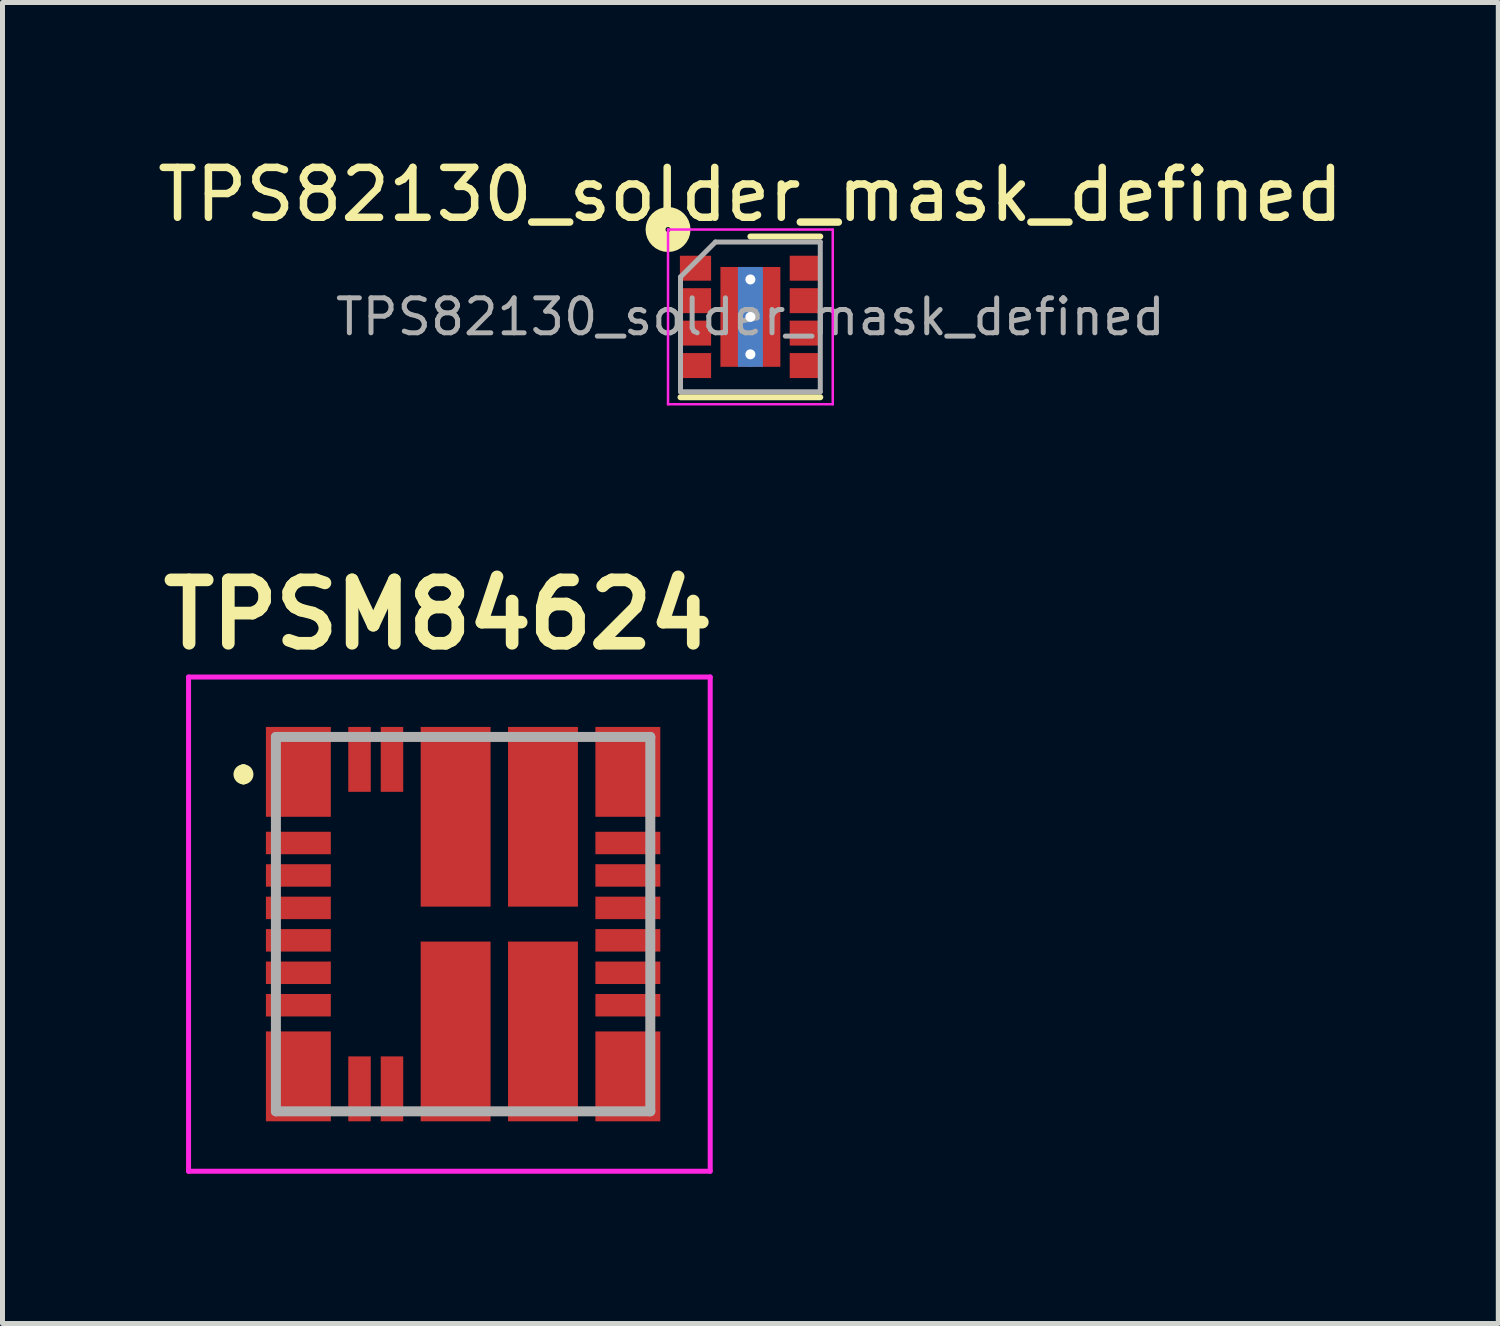
<source format=kicad_pcb>
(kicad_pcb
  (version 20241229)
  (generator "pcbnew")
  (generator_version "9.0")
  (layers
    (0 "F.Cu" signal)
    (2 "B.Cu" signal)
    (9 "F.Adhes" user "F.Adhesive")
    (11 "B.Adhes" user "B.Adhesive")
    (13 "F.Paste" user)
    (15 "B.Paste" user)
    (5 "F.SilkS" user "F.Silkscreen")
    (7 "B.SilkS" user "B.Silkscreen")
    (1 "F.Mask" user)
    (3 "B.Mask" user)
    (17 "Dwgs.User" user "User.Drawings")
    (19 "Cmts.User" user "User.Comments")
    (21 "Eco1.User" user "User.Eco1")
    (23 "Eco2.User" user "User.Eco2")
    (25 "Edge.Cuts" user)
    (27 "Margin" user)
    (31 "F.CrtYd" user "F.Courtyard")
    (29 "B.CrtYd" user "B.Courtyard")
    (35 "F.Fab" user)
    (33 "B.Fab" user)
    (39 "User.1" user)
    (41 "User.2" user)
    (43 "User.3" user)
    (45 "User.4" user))
  (footprint "TPS82130_solder_mask_defined"
    (layer "F.Cu")
    (at 11.982 3.298)
    (property "Reference" "TPS82130_solder_mask_defined" (at 0 -2.45 180) (layer "F.SilkS") (effects (font (size 1 1) (thickness 0.15))))
    (attr smd)
    (fp_line (start -1.4 1.61) (end 1.4 1.61) (stroke (width 0.12) (type solid)) (layer "F.SilkS"))
    (fp_line (start 0 -1.61) (end 1.4 -1.61) (stroke (width 0.12) (type solid)) (layer "F.SilkS"))
    (fp_circle (center -1.65 -1.75) (end -1.6 -1.75) (stroke (width 0.4) (type solid)) (fill no) (layer "F.SilkS"))
    (fp_line (start -1.65 -1.75) (end -1.65 1.75) (stroke (width 0.05) (type solid)) (layer "F.CrtYd"))
    (fp_line (start -1.65 1.75) (end 1.65 1.75) (stroke (width 0.05) (type solid)) (layer "F.CrtYd"))
    (fp_line (start 1.65 -1.75) (end -1.65 -1.75) (stroke (width 0.05) (type solid)) (layer "F.CrtYd"))
    (fp_line (start 1.65 1.75) (end 1.65 -1.75) (stroke (width 0.05) (type solid)) (layer "F.CrtYd"))
    (fp_line (start -1.4 -0.8) (end -0.7 -1.5) (stroke (width 0.1) (type solid)) (layer "F.Fab"))
    (fp_line (start -1.4 1.5) (end -1.4 -0.8) (stroke (width 0.1) (type solid)) (layer "F.Fab"))
    (fp_line (start -0.7 -1.5) (end 1.4 -1.5) (stroke (width 0.1) (type solid)) (layer "F.Fab"))
    (fp_line (start 1.4 -1.5) (end 1.4 1.5) (stroke (width 0.1) (type solid)) (layer "F.Fab"))
    (fp_line (start 1.4 1.5) (end -1.4 1.5) (stroke (width 0.1) (type solid)) (layer "F.Fab"))
    (fp_text user "${REFERENCE}" (at 0 0 180) (layer "F.Fab") (effects (font (size 0.7 0.7) (thickness 0.1))))
    (pad "" smd roundrect (at 0 -0.63) (size 0.95 0.55) (layers "F.Paste") (roundrect_rratio 0.25))
    (pad "" smd roundrect (at 0 0) (size 0.95 0.55) (layers "F.Paste") (roundrect_rratio 0.25))
    (pad "" smd roundrect (at 0 0.63) (size 0.95 0.55) (layers "F.Paste") (roundrect_rratio 0.25))
    (pad "1" smd rect (at -1.1 -0.975) (size 0.625 0.5) (layers "F.Cu"))
    (pad "1" smd roundrect (at -1.062 -0.975) (size 0.5 0.4) (layers "F.Cu" "F.Mask" "F.Paste") (roundrect_rratio 0.1))
    (pad "2" smd rect (at -1.1 -0.325) (size 0.625 0.5) (layers "F.Cu"))
    (pad "2" smd roundrect (at -1.062 -0.325) (size 0.5 0.4) (layers "F.Cu" "F.Mask" "F.Paste") (roundrect_rratio 0.1))
    (pad "3" smd rect (at -1.1 0.325) (size 0.625 0.5) (layers "F.Cu"))
    (pad "3" smd roundrect (at -1.062 0.325) (size 0.45 0.35) (layers "F.Cu" "F.Mask" "F.Paste") (roundrect_rratio 0.1))
    (pad "4" smd rect (at -1.1 0.975) (size 0.625 0.5) (layers "F.Cu"))
    (pad "4" smd roundrect (at -1.062 0.975) (size 0.5 0.4) (layers "F.Cu" "F.Mask" "F.Paste") (roundrect_rratio 0.1))
    (pad "5" smd roundrect (at 1.062 0.975) (size 0.5 0.4) (layers "F.Cu" "F.Mask" "F.Paste") (roundrect_rratio 0.25))
    (pad "5" smd rect (at 1.1 0.975) (size 0.625 0.5) (layers "F.Cu"))
    (pad "6" smd roundrect (at 1.062 0.325) (size 0.5 0.4) (layers "F.Cu" "F.Mask" "F.Paste") (roundrect_rratio 0.1))
    (pad "6" smd rect (at 1.1 0.325) (size 0.625 0.5) (layers "F.Cu"))
    (pad "7" smd roundrect (at 1.062 -0.325) (size 0.45 0.35) (layers "F.Cu" "F.Mask" "F.Paste") (roundrect_rratio 0.1))
    (pad "7" smd rect (at 1.1 -0.325) (size 0.625 0.5) (layers "F.Cu"))
    (pad "8" smd roundrect (at 1.062 -0.975) (size 0.5 0.4) (layers "F.Cu" "F.Mask" "F.Paste") (roundrect_rratio 0.1))
    (pad "8" smd rect (at 1.1 -0.975) (size 0.625 0.5) (layers "F.Cu"))
    (pad "9" thru_hole circle (at 0 -0.75) (size 0.5 0.5) (drill 0.2) (layers "*.Cu"))
    (pad "9" thru_hole circle (at 0 0) (size 0.5 0.5) (drill 0.2) (layers "*.Cu"))
    (pad "9" smd rect (at 0 0) (size 0.5 2) (layers "B.Cu"))
    (pad "9" smd roundrect (at 0 0) (size 1.1 1.9) (layers "F.Cu" "F.Mask") (roundrect_rratio 0.1))
    (pad "9" smd rect (at 0 0) (size 1.2 2) (layers "F.Cu"))
    (pad "9" thru_hole circle (at 0 0.75) (size 0.5 0.5) (drill 0.2) (layers "*.Cu")))
  (footprint "TPSM84624"
    (layer "F.Cu")
    (at 6.227 15.462)
    (property "Reference" "TPSM84624" (at -0.5 -6.2 0) (layer "F.SilkS") (effects (font (size 1.27 1.27) (thickness 0.254))))
    (attr smd)
    (fp_line (start -4.4 -3.1) (end -4.4 -3.1) (stroke (width 0.2) (type solid)) (layer "F.SilkS"))
    (fp_line (start -4.4 -2.9) (end -4.4 -2.9) (stroke (width 0.2) (type solid)) (layer "F.SilkS"))
    (fp_arc (start -4.4 -3.1) (mid -4.3 -3) (end -4.4 -2.9) (stroke (width 0.2) (type solid)) (layer "F.SilkS"))
    (fp_arc (start -4.4 -2.9) (mid -4.5 -3) (end -4.4 -3.1) (stroke (width 0.2) (type solid)) (layer "F.SilkS"))
    (fp_line (start -5.5 -4.95) (end 4.95 -4.95) (stroke (width 0.1) (type solid)) (layer "F.CrtYd"))
    (fp_line (start -5.5 4.95) (end -5.5 -4.95) (stroke (width 0.1) (type solid)) (layer "F.CrtYd"))
    (fp_line (start 4.95 -4.95) (end 4.95 4.95) (stroke (width 0.1) (type solid)) (layer "F.CrtYd"))
    (fp_line (start 4.95 4.95) (end -5.5 4.95) (stroke (width 0.1) (type solid)) (layer "F.CrtYd"))
    (fp_line (start -3.75 -3.75) (end 3.75 -3.75) (stroke (width 0.2) (type solid)) (layer "F.Fab"))
    (fp_line (start -3.75 3.75) (end -3.75 -3.75) (stroke (width 0.2) (type solid)) (layer "F.Fab"))
    (fp_line (start 3.75 -3.75) (end 3.75 3.75) (stroke (width 0.2) (type solid)) (layer "F.Fab"))
    (fp_line (start 3.75 3.75) (end -3.75 3.75) (stroke (width 0.2) (type solid)) (layer "F.Fab"))
    (pad "1" smd rect (at -3.3 -3.05) (size 1.3 1.8) (layers "F.Cu" "F.Mask" "F.Paste"))
    (pad "2" smd rect (at -3.3 -1.625 90) (size 0.45 1.3) (layers "F.Cu" "F.Mask" "F.Paste"))
    (pad "3" smd rect (at -3.3 -0.975 90) (size 0.45 1.3) (layers "F.Cu" "F.Mask" "F.Paste"))
    (pad "4" smd rect (at -3.3 -0.325 90) (size 0.45 1.3) (layers "F.Cu" "F.Mask" "F.Paste"))
    (pad "5" smd rect (at -3.3 0.325 90) (size 0.45 1.3) (layers "F.Cu" "F.Mask" "F.Paste"))
    (pad "6" smd rect (at -3.3 0.975 90) (size 0.45 1.3) (layers "F.Cu" "F.Mask" "F.Paste"))
    (pad "7" smd rect (at -3.3 1.625 90) (size 0.45 1.3) (layers "F.Cu" "F.Mask" "F.Paste"))
    (pad "8" smd rect (at -3.3 3.05) (size 1.3 1.8) (layers "F.Cu" "F.Mask" "F.Paste"))
    (pad "9" smd rect (at -2.075 3.3) (size 0.45 1.3) (layers "F.Cu" "F.Mask" "F.Paste"))
    (pad "10" smd rect (at -1.425 3.3) (size 0.45 1.3) (layers "F.Cu" "F.Mask" "F.Paste"))
    (pad "11" smd rect (at -0.15 2.15) (size 1.4 3.6) (layers "F.Cu" "F.Mask" "F.Paste"))
    (pad "12" smd rect (at 1.6 2.15) (size 1.4 3.6) (layers "F.Cu" "F.Mask" "F.Paste"))
    (pad "13" smd rect (at 3.3 3.05) (size 1.3 1.8) (layers "F.Cu" "F.Mask" "F.Paste"))
    (pad "14" smd rect (at 3.3 1.625 90) (size 0.45 1.3) (layers "F.Cu" "F.Mask" "F.Paste"))
    (pad "15" smd rect (at 3.3 0.975 90) (size 0.45 1.3) (layers "F.Cu" "F.Mask" "F.Paste"))
    (pad "16" smd rect (at 3.3 0.325 90) (size 0.45 1.3) (layers "F.Cu" "F.Mask" "F.Paste"))
    (pad "17" smd rect (at 3.3 -0.325 90) (size 0.45 1.3) (layers "F.Cu" "F.Mask" "F.Paste"))
    (pad "18" smd rect (at 3.3 -0.975 90) (size 0.45 1.3) (layers "F.Cu" "F.Mask" "F.Paste"))
    (pad "19" smd rect (at 3.3 -1.625 90) (size 0.45 1.3) (layers "F.Cu" "F.Mask" "F.Paste"))
    (pad "20" smd rect (at 3.3 -3.05) (size 1.3 1.8) (layers "F.Cu" "F.Mask" "F.Paste"))
    (pad "21" smd rect (at 1.6 -2.15) (size 1.4 3.6) (layers "F.Cu" "F.Mask" "F.Paste"))
    (pad "22" smd rect (at -0.15 -2.15) (size 1.4 3.6) (layers "F.Cu" "F.Mask" "F.Paste"))
    (pad "23" smd rect (at -1.425 -3.3) (size 0.45 1.3) (layers "F.Cu" "F.Mask" "F.Paste"))
    (pad "24" smd rect (at -2.075 -3.3) (size 0.45 1.3) (layers "F.Cu" "F.Mask" "F.Paste")))
  (gr_rect
    (start -3 -3)
    (end 26.964 23.462)
    (stroke (width 0.1) (type default))
    (fill no)
    (layer "Edge.Cuts")))
</source>
